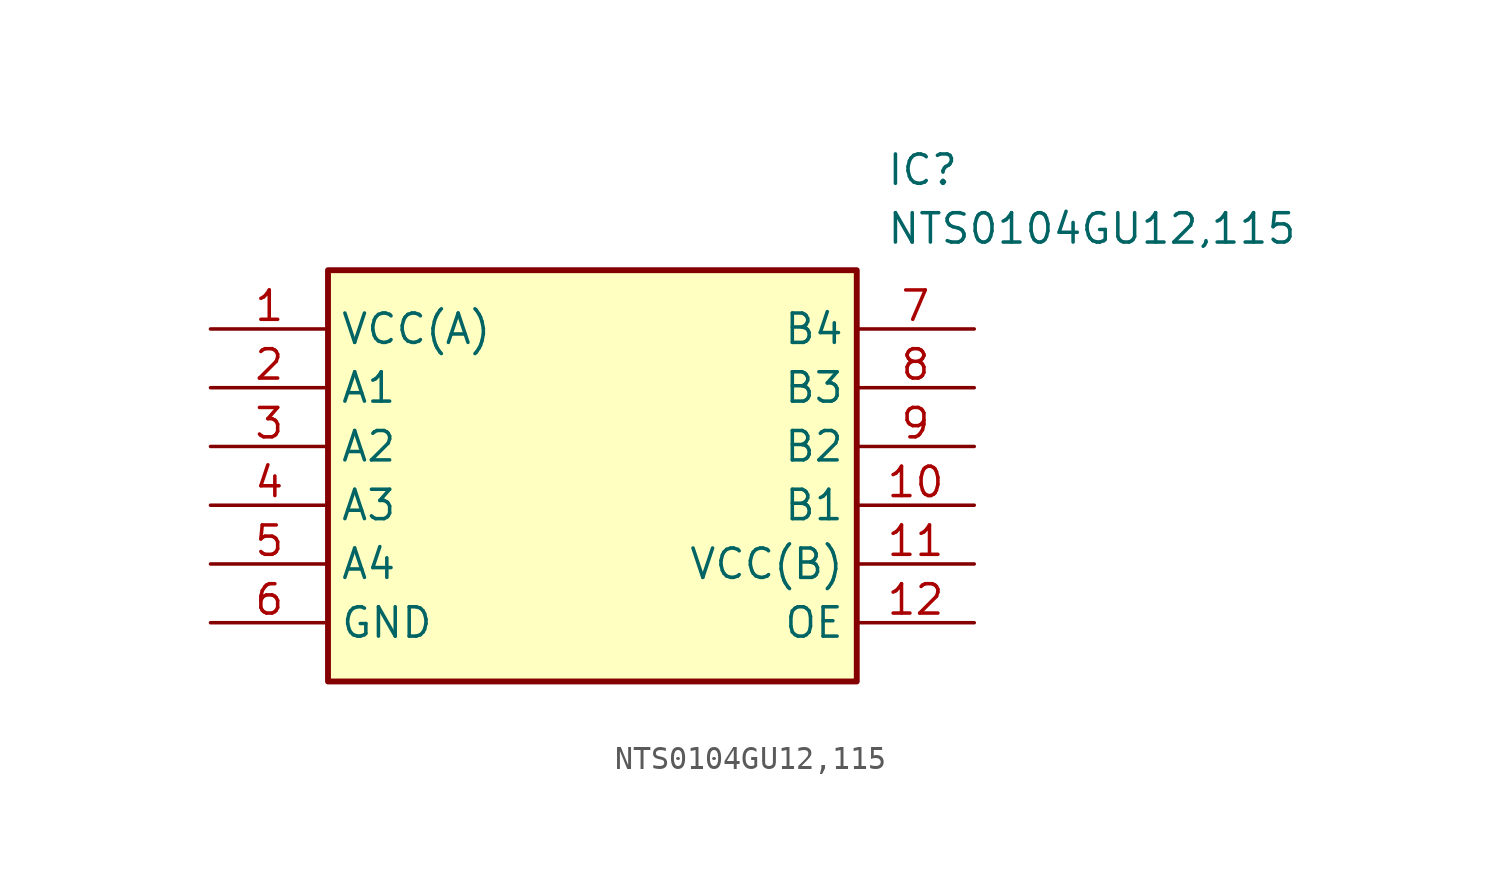
<source format=kicad_sym>
(kicad_symbol_lib
  (version 20211014)
  (generator SamacSys_ECAD_Model)
  (symbol "NTS0104GU12,115"
    (property "Reference" "IC"
      (at 29.21 7.62 0)
      (effects (font (size 1.27 1.27)) (justify left top)))
    (property "Value" "NTS0104GU12,115"
      (at 29.21 5.08 0)
      (effects (font (size 1.27 1.27)) (justify left top)))
    (rectangle
      (start 5.08 2.54)
      (end 27.94 -15.24)
      (stroke (width 0.254) (type default))
      (fill (type background)))
    (pin passive line
      (at 0 0 0)
      (length 5.08)
      (name "VCC(A)" (effects (font (size 1.27 1.27))))
      (number "1" (effects (font (size 1.27 1.27)))))
    (pin passive line
      (at 0 -2.54 0)
      (length 5.08)
      (name "A1" (effects (font (size 1.27 1.27))))
      (number "2" (effects (font (size 1.27 1.27)))))
    (pin passive line
      (at 0 -5.08 0)
      (length 5.08)
      (name "A2" (effects (font (size 1.27 1.27))))
      (number "3" (effects (font (size 1.27 1.27)))))
    (pin passive line
      (at 0 -7.62 0)
      (length 5.08)
      (name "A3" (effects (font (size 1.27 1.27))))
      (number "4" (effects (font (size 1.27 1.27)))))
    (pin passive line
      (at 0 -10.16 0)
      (length 5.08)
      (name "A4" (effects (font (size 1.27 1.27))))
      (number "5" (effects (font (size 1.27 1.27)))))
    (pin passive line
      (at 0 -12.7 0)
      (length 5.08)
      (name "GND" (effects (font (size 1.27 1.27))))
      (number "6" (effects (font (size 1.27 1.27)))))
    (pin passive line
      (at 33.02 0 180)
      (length 5.08)
      (name "B4" (effects (font (size 1.27 1.27))))
      (number "7" (effects (font (size 1.27 1.27)))))
    (pin passive line
      (at 33.02 -2.54 180)
      (length 5.08)
      (name "B3" (effects (font (size 1.27 1.27))))
      (number "8" (effects (font (size 1.27 1.27)))))
    (pin passive line
      (at 33.02 -5.08 180)
      (length 5.08)
      (name "B2" (effects (font (size 1.27 1.27))))
      (number "9" (effects (font (size 1.27 1.27)))))
    (pin passive line
      (at 33.02 -7.62 180)
      (length 5.08)
      (name "B1" (effects (font (size 1.27 1.27))))
      (number "10" (effects (font (size 1.27 1.27)))))
    (pin passive line
      (at 33.02 -10.16 180)
      (length 5.08)
      (name "VCC(B)" (effects (font (size 1.27 1.27))))
      (number "11" (effects (font (size 1.27 1.27)))))
    (pin passive line
      (at 33.02 -12.7 180)
      (length 5.08)
      (name "OE" (effects (font (size 1.27 1.27))))
      (number "12" (effects (font (size 1.27 1.27)))))))
</source>
